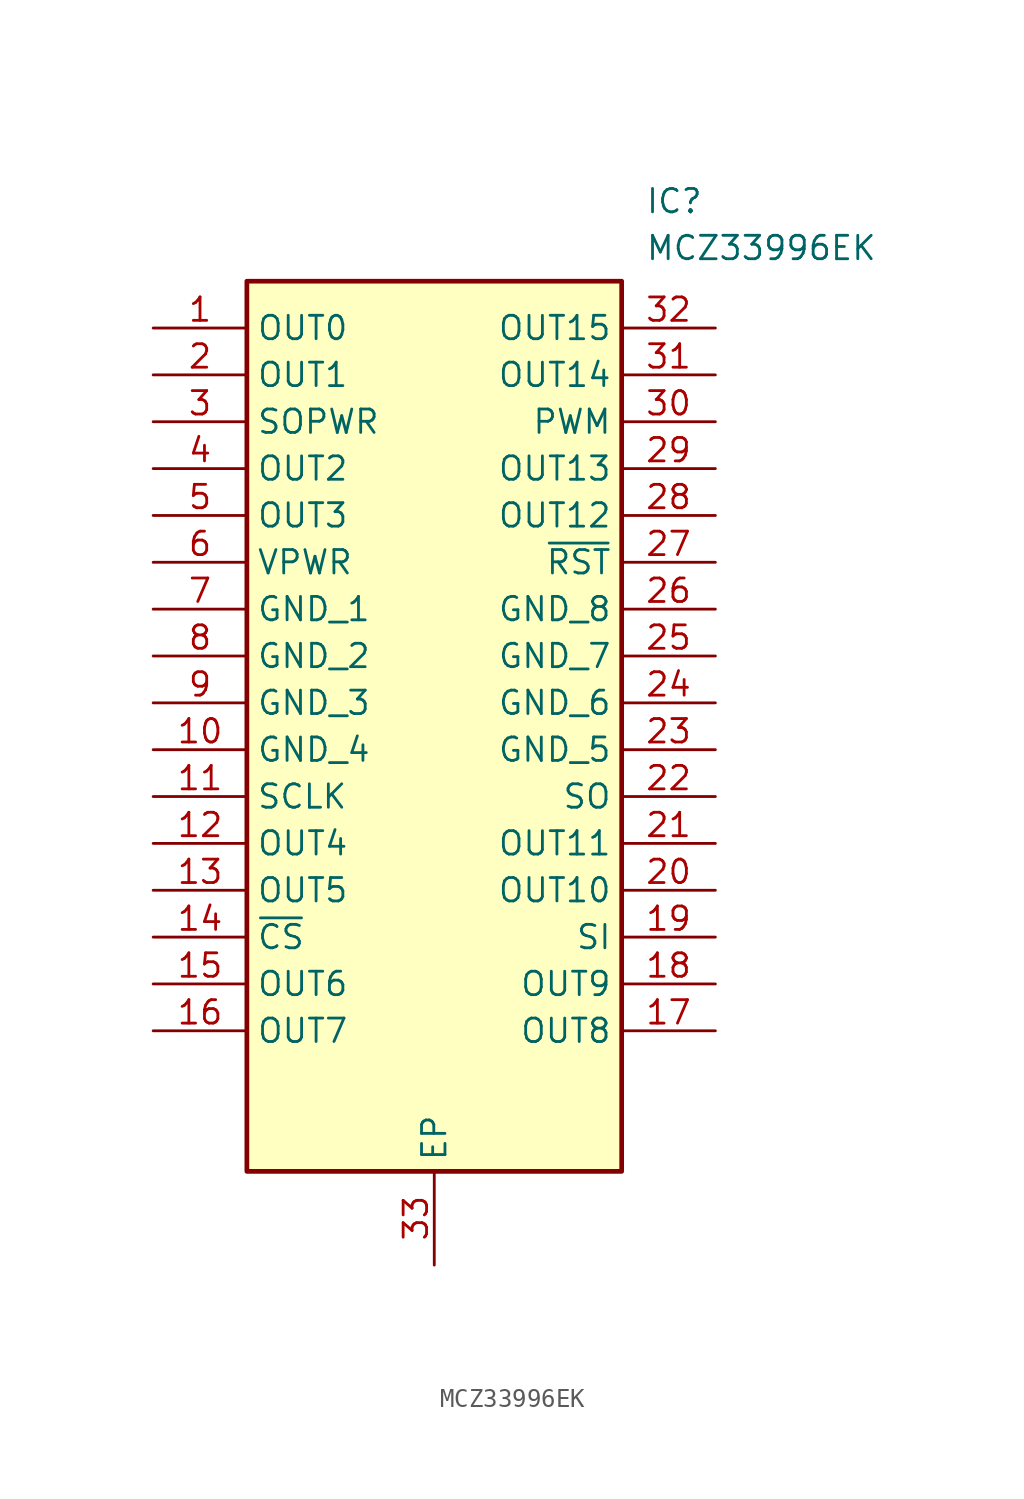
<source format=kicad_sym>
(kicad_symbol_lib
  (version 20211014)
  (generator SamacSys_ECAD_Model)
  (symbol "MCZ33996EK"
    (property "Reference" "IC"
      (at 26.67 7.62 0)
      (effects (font (size 1.27 1.27)) (justify left top)))
    (property "Value" "MCZ33996EK"
      (at 26.67 5.08 0)
      (effects (font (size 1.27 1.27)) (justify left top)))
    (rectangle
      (start 5.08 2.54)
      (end 25.4 -45.72)
      (stroke (width 0.254) (type default))
      (fill (type background)))
    (pin passive line
      (at 0 0 0)
      (length 5.08)
      (name "OUT0" (effects (font (size 1.27 1.27))))
      (number "1" (effects (font (size 1.27 1.27)))))
    (pin passive line
      (at 0 -2.54 0)
      (length 5.08)
      (name "OUT1" (effects (font (size 1.27 1.27))))
      (number "2" (effects (font (size 1.27 1.27)))))
    (pin passive line
      (at 0 -5.08 0)
      (length 5.08)
      (name "SOPWR" (effects (font (size 1.27 1.27))))
      (number "3" (effects (font (size 1.27 1.27)))))
    (pin passive line
      (at 0 -7.62 0)
      (length 5.08)
      (name "OUT2" (effects (font (size 1.27 1.27))))
      (number "4" (effects (font (size 1.27 1.27)))))
    (pin passive line
      (at 0 -10.16 0)
      (length 5.08)
      (name "OUT3" (effects (font (size 1.27 1.27))))
      (number "5" (effects (font (size 1.27 1.27)))))
    (pin passive line
      (at 0 -12.7 0)
      (length 5.08)
      (name "VPWR" (effects (font (size 1.27 1.27))))
      (number "6" (effects (font (size 1.27 1.27)))))
    (pin passive line
      (at 0 -15.24 0)
      (length 5.08)
      (name "GND_1" (effects (font (size 1.27 1.27))))
      (number "7" (effects (font (size 1.27 1.27)))))
    (pin passive line
      (at 0 -17.78 0)
      (length 5.08)
      (name "GND_2" (effects (font (size 1.27 1.27))))
      (number "8" (effects (font (size 1.27 1.27)))))
    (pin passive line
      (at 0 -20.32 0)
      (length 5.08)
      (name "GND_3" (effects (font (size 1.27 1.27))))
      (number "9" (effects (font (size 1.27 1.27)))))
    (pin passive line
      (at 0 -22.86 0)
      (length 5.08)
      (name "GND_4" (effects (font (size 1.27 1.27))))
      (number "10" (effects (font (size 1.27 1.27)))))
    (pin passive line
      (at 0 -25.4 0)
      (length 5.08)
      (name "SCLK" (effects (font (size 1.27 1.27))))
      (number "11" (effects (font (size 1.27 1.27)))))
    (pin passive line
      (at 0 -27.94 0)
      (length 5.08)
      (name "OUT4" (effects (font (size 1.27 1.27))))
      (number "12" (effects (font (size 1.27 1.27)))))
    (pin passive line
      (at 0 -30.48 0)
      (length 5.08)
      (name "OUT5" (effects (font (size 1.27 1.27))))
      (number "13" (effects (font (size 1.27 1.27)))))
    (pin passive line
      (at 0 -33.02 0)
      (length 5.08)
      (name "~{CS}" (effects (font (size 1.27 1.27))))
      (number "14" (effects (font (size 1.27 1.27)))))
    (pin passive line
      (at 0 -35.56 0)
      (length 5.08)
      (name "OUT6" (effects (font (size 1.27 1.27))))
      (number "15" (effects (font (size 1.27 1.27)))))
    (pin passive line
      (at 0 -38.1 0)
      (length 5.08)
      (name "OUT7" (effects (font (size 1.27 1.27))))
      (number "16" (effects (font (size 1.27 1.27)))))
    (pin passive line
      (at 15.24 -50.8 90)
      (length 5.08)
      (name "EP" (effects (font (size 1.27 1.27))))
      (number "33" (effects (font (size 1.27 1.27)))))
    (pin passive line
      (at 30.48 0 180)
      (length 5.08)
      (name "OUT15" (effects (font (size 1.27 1.27))))
      (number "32" (effects (font (size 1.27 1.27)))))
    (pin passive line
      (at 30.48 -2.54 180)
      (length 5.08)
      (name "OUT14" (effects (font (size 1.27 1.27))))
      (number "31" (effects (font (size 1.27 1.27)))))
    (pin passive line
      (at 30.48 -5.08 180)
      (length 5.08)
      (name "PWM" (effects (font (size 1.27 1.27))))
      (number "30" (effects (font (size 1.27 1.27)))))
    (pin passive line
      (at 30.48 -7.62 180)
      (length 5.08)
      (name "OUT13" (effects (font (size 1.27 1.27))))
      (number "29" (effects (font (size 1.27 1.27)))))
    (pin passive line
      (at 30.48 -10.16 180)
      (length 5.08)
      (name "OUT12" (effects (font (size 1.27 1.27))))
      (number "28" (effects (font (size 1.27 1.27)))))
    (pin passive line
      (at 30.48 -12.7 180)
      (length 5.08)
      (name "~{RST}" (effects (font (size 1.27 1.27))))
      (number "27" (effects (font (size 1.27 1.27)))))
    (pin passive line
      (at 30.48 -15.24 180)
      (length 5.08)
      (name "GND_8" (effects (font (size 1.27 1.27))))
      (number "26" (effects (font (size 1.27 1.27)))))
    (pin passive line
      (at 30.48 -17.78 180)
      (length 5.08)
      (name "GND_7" (effects (font (size 1.27 1.27))))
      (number "25" (effects (font (size 1.27 1.27)))))
    (pin passive line
      (at 30.48 -20.32 180)
      (length 5.08)
      (name "GND_6" (effects (font (size 1.27 1.27))))
      (number "24" (effects (font (size 1.27 1.27)))))
    (pin passive line
      (at 30.48 -22.86 180)
      (length 5.08)
      (name "GND_5" (effects (font (size 1.27 1.27))))
      (number "23" (effects (font (size 1.27 1.27)))))
    (pin passive line
      (at 30.48 -25.4 180)
      (length 5.08)
      (name "SO" (effects (font (size 1.27 1.27))))
      (number "22" (effects (font (size 1.27 1.27)))))
    (pin passive line
      (at 30.48 -27.94 180)
      (length 5.08)
      (name "OUT11" (effects (font (size 1.27 1.27))))
      (number "21" (effects (font (size 1.27 1.27)))))
    (pin passive line
      (at 30.48 -30.48 180)
      (length 5.08)
      (name "OUT10" (effects (font (size 1.27 1.27))))
      (number "20" (effects (font (size 1.27 1.27)))))
    (pin passive line
      (at 30.48 -33.02 180)
      (length 5.08)
      (name "SI" (effects (font (size 1.27 1.27))))
      (number "19" (effects (font (size 1.27 1.27)))))
    (pin passive line
      (at 30.48 -35.56 180)
      (length 5.08)
      (name "OUT9" (effects (font (size 1.27 1.27))))
      (number "18" (effects (font (size 1.27 1.27)))))
    (pin passive line
      (at 30.48 -38.1 180)
      (length 5.08)
      (name "OUT8" (effects (font (size 1.27 1.27))))
      (number "17" (effects (font (size 1.27 1.27)))))))
</source>
